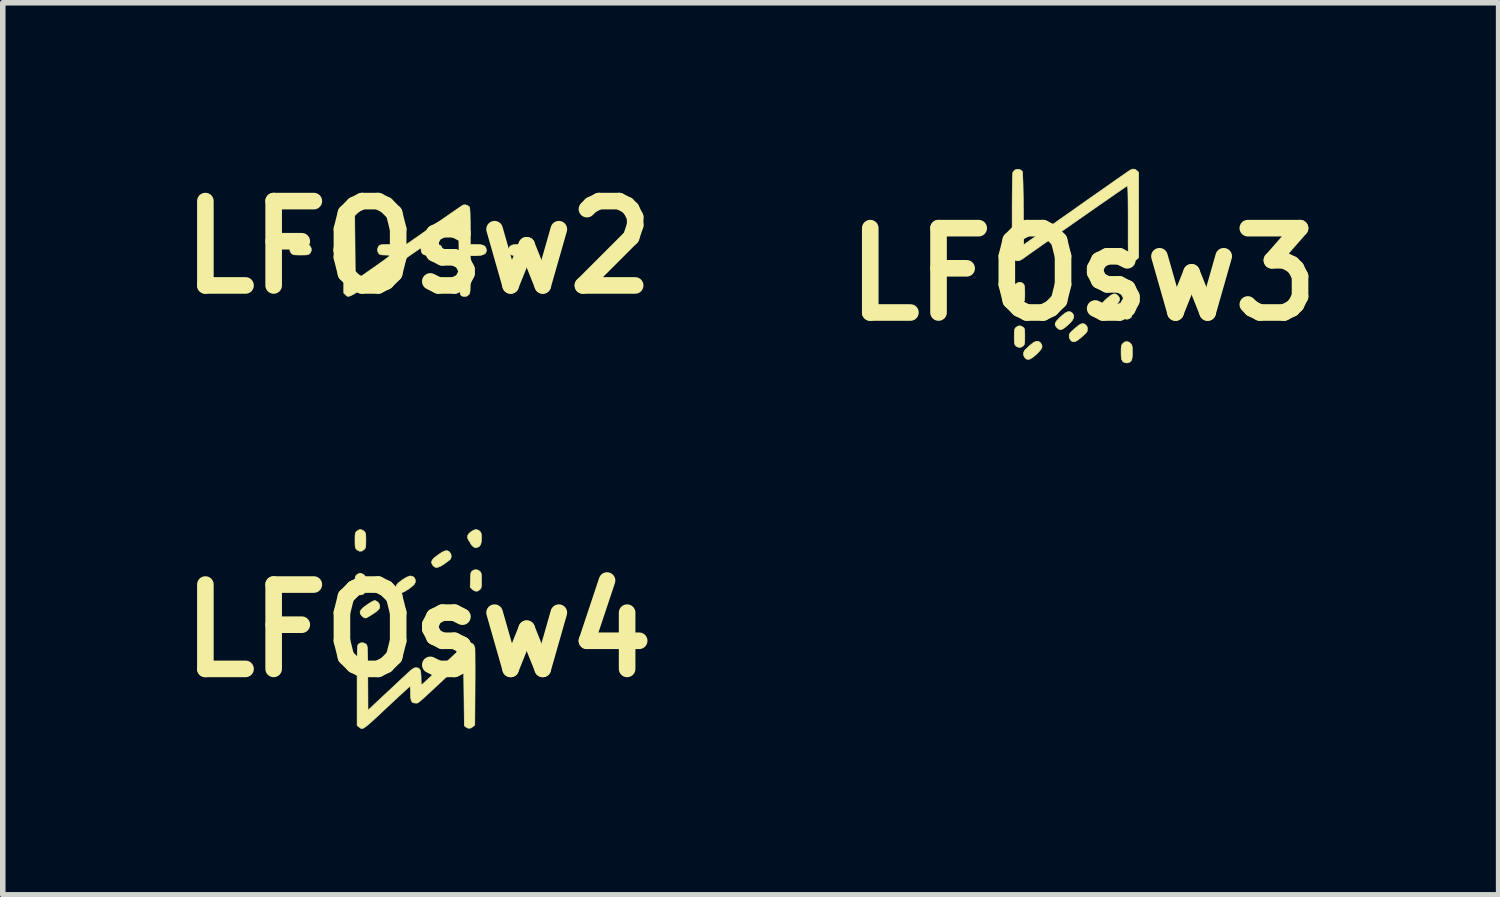
<source format=kicad_pcb>
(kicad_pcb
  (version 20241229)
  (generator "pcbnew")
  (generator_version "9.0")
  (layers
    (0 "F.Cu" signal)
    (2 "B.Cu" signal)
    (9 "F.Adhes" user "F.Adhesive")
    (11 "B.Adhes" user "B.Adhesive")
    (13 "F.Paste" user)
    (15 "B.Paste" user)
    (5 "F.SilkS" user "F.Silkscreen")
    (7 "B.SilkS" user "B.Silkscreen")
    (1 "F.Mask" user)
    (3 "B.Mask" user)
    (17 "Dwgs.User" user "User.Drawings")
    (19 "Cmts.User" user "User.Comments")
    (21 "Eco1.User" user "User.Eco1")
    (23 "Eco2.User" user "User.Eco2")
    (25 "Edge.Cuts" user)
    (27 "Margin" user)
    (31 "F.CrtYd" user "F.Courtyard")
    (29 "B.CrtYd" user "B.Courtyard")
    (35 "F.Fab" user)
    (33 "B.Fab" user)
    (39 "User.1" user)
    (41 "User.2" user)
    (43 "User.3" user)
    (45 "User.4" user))
  (footprint "LFOsw2"
    (layer "F.Cu")
    (at 4.507 1.418)
    (property "Reference" "LFOsw2" (at 0 0 0) (layer "F.SilkS") (effects (font (size 1.524 1.524) (thickness 0.3))))
    (attr through_hole)
    (fp_poly (pts (xy 1.886 -0.048) (xy 1.936 -0.042) (xy 1.968 -0.032) (xy 2.004 -0.001) (xy 2.02 0.039) (xy 2.014 0.083) (xy 1.988 0.121) (xy 1.972 0.136) (xy 1.954 0.145) (xy 1.928 0.15) (xy 1.888 0.152) (xy 1.833 0.152) (xy 1.768 0.15) (xy 1.715 0.145) (xy 1.681 0.138) (xy 1.677 0.136) (xy 1.645 0.108) (xy 1.631 0.069) (xy 1.633 0.026) (xy 1.652 -0.012) (xy 1.684 -0.036) (xy 1.718 -0.045) (xy 1.769 -0.05) (xy 1.828 -0.051) (xy 1.886 -0.048)) (stroke (width 0.01) (type solid)) (fill yes) (layer "F.SilkS"))
    (fp_poly (pts (xy -2.063 -0.05) (xy -2.02 -0.049) (xy -1.992 -0.045) (xy -1.974 -0.038) (xy -1.96 -0.027) (xy -1.956 -0.023) (xy -1.934 0.017) (xy -1.933 0.062) (xy -1.952 0.103) (xy -1.96 0.112) (xy -1.975 0.124) (xy -1.994 0.133) (xy -2.022 0.137) (xy -2.064 0.139) (xy -2.125 0.14) (xy -2.187 0.139) (xy -2.228 0.137) (xy -2.255 0.133) (xy -2.273 0.125) (xy -2.289 0.113) (xy -2.293 0.109) (xy -2.319 0.068) (xy -2.32 0.025) (xy -2.298 -0.017) (xy -2.285 -0.032) (xy -2.272 -0.041) (xy -2.252 -0.047) (xy -2.22 -0.05) (xy -2.172 -0.051) (xy -2.127 -0.051) (xy -2.063 -0.05)) (stroke (width 0.01) (type solid)) (fill yes) (layer "F.SilkS"))
    (fp_poly (pts (xy -1.197 -0.753) (xy -1.185 -0.744) (xy -1.149 -0.713) (xy -1.143 -0.058) (xy -1.137 0.597) (xy -0.823 0.378) (xy -0.744 0.323) (xy -0.673 0.272) (xy -0.611 0.228) (xy -0.562 0.191) (xy -0.527 0.165) (xy -0.51 0.151) (xy -0.509 0.149) (xy -0.52 0.145) (xy -0.55 0.141) (xy -0.593 0.14) (xy -0.597 0.14) (xy -0.648 0.138) (xy -0.681 0.133) (xy -0.703 0.122) (xy -0.711 0.114) (xy -0.732 0.077) (xy -0.736 0.032) (xy -0.721 -0.01) (xy -0.709 -0.025) (xy -0.693 -0.037) (xy -0.674 -0.044) (xy -0.644 -0.048) (xy -0.6 -0.05) (xy -0.544 -0.051) (xy -0.478 -0.05) (xy -0.433 -0.047) (xy -0.402 -0.039) (xy -0.38 -0.024) (xy -0.361 -0.001) (xy -0.349 0.016) (xy -0.344 0.019) (xy -0.333 0.016) (xy -0.314 0.008) (xy -0.287 -0.008) (xy -0.249 -0.031) (xy -0.199 -0.064) (xy -0.135 -0.107) (xy -0.057 -0.162) (xy 0.038 -0.228) (xy 0.152 -0.308) (xy 0.222 -0.357) (xy 0.329 -0.432) (xy 0.43 -0.503) (xy 0.524 -0.568) (xy 0.607 -0.626) (xy 0.68 -0.676) (xy 0.738 -0.716) (xy 0.781 -0.745) (xy 0.807 -0.761) (xy 0.812 -0.764) (xy 0.851 -0.768) (xy 0.892 -0.755) (xy 0.923 -0.73) (xy 0.928 -0.723) (xy 0.931 -0.704) (xy 0.934 -0.663) (xy 0.937 -0.604) (xy 0.938 -0.529) (xy 0.94 -0.442) (xy 0.94 -0.375) (xy 0.94 -0.051) (xy 1.045 -0.051) (xy 1.117 -0.048) (xy 1.168 -0.038) (xy 1.202 -0.02) (xy 1.221 0.008) (xy 1.224 0.014) (xy 1.232 0.064) (xy 1.218 0.103) (xy 1.181 0.131) (xy 1.121 0.147) (xy 1.042 0.152) (xy 0.94 0.152) (xy 0.94 0.487) (xy 0.94 0.588) (xy 0.939 0.667) (xy 0.938 0.727) (xy 0.937 0.771) (xy 0.934 0.802) (xy 0.93 0.824) (xy 0.924 0.839) (xy 0.917 0.85) (xy 0.913 0.856) (xy 0.877 0.883) (xy 0.83 0.889) (xy 0.794 0.881) (xy 0.783 0.876) (xy 0.774 0.869) (xy 0.766 0.857) (xy 0.76 0.839) (xy 0.754 0.813) (xy 0.75 0.776) (xy 0.747 0.727) (xy 0.744 0.663) (xy 0.742 0.582) (xy 0.74 0.483) (xy 0.739 0.363) (xy 0.737 0.221) (xy 0.737 0.174) (xy 0.73 -0.472) (xy 0.434 -0.264) (xy 0.137 -0.057) (xy 0.267 -0.051) (xy 0.327 -0.047) (xy 0.367 -0.043) (xy 0.393 -0.036) (xy 0.408 -0.026) (xy 0.414 -0.019) (xy 0.438 0.029) (xy 0.437 0.074) (xy 0.426 0.096) (xy 0.403 0.122) (xy 0.372 0.139) (xy 0.328 0.148) (xy 0.265 0.152) (xy 0.24 0.152) (xy 0.163 0.149) (xy 0.109 0.136) (xy 0.074 0.114) (xy 0.055 0.081) (xy 0.051 0.043) (xy 0.049 0.02) (xy 0.045 0.013) (xy 0.034 0.02) (xy 0.004 0.04) (xy -0.043 0.073) (xy -0.106 0.116) (xy -0.182 0.169) (xy -0.27 0.23) (xy -0.367 0.298) (xy -0.473 0.372) (xy -0.585 0.451) (xy -0.719 0.545) (xy -0.834 0.625) (xy -0.932 0.693) (xy -1.014 0.749) (xy -1.081 0.794) (xy -1.136 0.829) (xy -1.18 0.855) (xy -1.214 0.872) (xy -1.241 0.882) (xy -1.262 0.886) (xy -1.278 0.885) (xy -1.291 0.879) (xy -1.304 0.869) (xy -1.315 0.858) (xy -1.346 0.827) (xy -1.346 0.14) (xy -1.408 0.14) (xy -1.468 0.132) (xy -1.507 0.11) (xy -1.526 0.073) (xy -1.529 0.044) (xy -1.52 -0.002) (xy -1.492 -0.033) (xy -1.444 -0.049) (xy -1.408 -0.051) (xy -1.346 -0.051) (xy -1.346 -0.7) (xy -1.309 -0.738) (xy -1.271 -0.767) (xy -1.235 -0.772) (xy -1.197 -0.753)) (stroke (width 0.01) (type solid)) (fill yes) (layer "F.SilkS")))
  (footprint "LFOsw3"
    (layer "F.Cu")
    (at 16.52 1.907)
    (property "Reference" "LFOsw3" (at 0 0 0) (layer "F.SilkS") (effects (font (size 1.524 1.524) (thickness 0.3))))
    (attr through_hole)
    (fp_poly (pts (xy -0.213 0.685) (xy -0.193 0.702) (xy -0.171 0.739) (xy -0.17 0.779) (xy -0.19 0.824) (xy -0.233 0.876) (xy -0.299 0.936) (xy -0.322 0.955) (xy -0.368 0.987) (xy -0.403 1) (xy -0.433 0.995) (xy -0.465 0.972) (xy -0.471 0.966) (xy -0.496 0.936) (xy -0.507 0.906) (xy -0.501 0.875) (xy -0.478 0.839) (xy -0.436 0.794) (xy -0.39 0.751) (xy -0.333 0.704) (xy -0.286 0.678) (xy -0.247 0.672) (xy -0.213 0.685)) (stroke (width 0.01) (type solid)) (fill yes) (layer "F.SilkS"))
    (fp_poly (pts (xy -0.775 1.231) (xy -0.751 1.267) (xy -0.742 1.297) (xy -0.747 1.328) (xy -0.769 1.365) (xy -0.809 1.41) (xy -0.848 1.448) (xy -0.906 1.497) (xy -0.952 1.527) (xy -0.989 1.538) (xy -1.021 1.532) (xy -1.051 1.509) (xy -1.052 1.507) (xy -1.074 1.468) (xy -1.078 1.422) (xy -1.062 1.381) (xy -1.057 1.374) (xy -1.038 1.354) (xy -1.005 1.323) (xy -0.966 1.287) (xy -0.956 1.278) (xy -0.898 1.232) (xy -0.849 1.209) (xy -0.809 1.209) (xy -0.775 1.231)) (stroke (width 0.01) (type solid)) (fill yes) (layer "F.SilkS"))
    (fp_poly (pts (xy 0.598 0.358) (xy 0.627 0.382) (xy 0.631 0.386) (xy 0.653 0.419) (xy 0.66 0.45) (xy 0.651 0.484) (xy 0.624 0.523) (xy 0.577 0.571) (xy 0.536 0.607) (xy 0.482 0.65) (xy 0.44 0.673) (xy 0.404 0.68) (xy 0.372 0.671) (xy 0.344 0.645) (xy 0.325 0.605) (xy 0.321 0.563) (xy 0.322 0.555) (xy 0.334 0.534) (xy 0.361 0.502) (xy 0.399 0.464) (xy 0.425 0.44) (xy 0.483 0.391) (xy 0.529 0.362) (xy 0.566 0.351) (xy 0.598 0.358)) (stroke (width 0.01) (type solid)) (fill yes) (layer "F.SilkS"))
    (fp_poly (pts (xy 0.022 0.896) (xy 0.048 0.915) (xy 0.07 0.942) (xy 0.078 0.975) (xy 0.076 1.01) (xy 0.073 1.027) (xy 0.064 1.044) (xy 0.047 1.065) (xy 0.017 1.093) (xy -0.028 1.133) (xy -0.042 1.145) (xy -0.097 1.189) (xy -0.141 1.213) (xy -0.177 1.219) (xy -0.207 1.207) (xy -0.226 1.19) (xy -0.25 1.148) (xy -0.253 1.099) (xy -0.246 1.075) (xy -0.234 1.058) (xy -0.207 1.03) (xy -0.169 0.995) (xy -0.144 0.972) (xy -0.088 0.926) (xy -0.044 0.899) (xy -0.009 0.889) (xy 0.022 0.896)) (stroke (width 0.01) (type solid)) (fill yes) (layer "F.SilkS"))
    (fp_poly (pts (xy 0.819 0.429) (xy 0.85 0.448) (xy 0.871 0.474) (xy 0.883 0.512) (xy 0.888 0.566) (xy 0.887 0.636) (xy 0.885 0.695) (xy 0.881 0.734) (xy 0.875 0.76) (xy 0.866 0.776) (xy 0.853 0.789) (xy 0.808 0.81) (xy 0.761 0.808) (xy 0.719 0.784) (xy 0.717 0.782) (xy 0.702 0.765) (xy 0.693 0.746) (xy 0.688 0.72) (xy 0.686 0.679) (xy 0.686 0.63) (xy 0.687 0.573) (xy 0.691 0.523) (xy 0.697 0.488) (xy 0.7 0.478) (xy 0.727 0.445) (xy 0.766 0.426) (xy 0.807 0.425) (xy 0.819 0.429)) (stroke (width 0.01) (type solid)) (fill yes) (layer "F.SilkS"))
    (fp_poly (pts (xy -1.088 0.953) (xy -1.073 0.966) (xy -1.063 0.98) (xy -1.058 1) (xy -1.055 1.031) (xy -1.054 1.08) (xy -1.054 1.123) (xy -1.054 1.185) (xy -1.056 1.228) (xy -1.06 1.256) (xy -1.067 1.274) (xy -1.078 1.288) (xy -1.083 1.293) (xy -1.124 1.317) (xy -1.169 1.318) (xy -1.21 1.299) (xy -1.217 1.291) (xy -1.229 1.276) (xy -1.237 1.257) (xy -1.242 1.229) (xy -1.244 1.187) (xy -1.245 1.126) (xy -1.244 1.065) (xy -1.242 1.023) (xy -1.238 0.996) (xy -1.23 0.978) (xy -1.218 0.963) (xy -1.213 0.958) (xy -1.173 0.932) (xy -1.13 0.931) (xy -1.088 0.953)) (stroke (width 0.01) (type solid)) (fill yes) (layer "F.SilkS"))
    (fp_poly (pts (xy 0.829 1.224) (xy 0.859 1.25) (xy 0.873 1.268) (xy 0.882 1.289) (xy 0.887 1.318) (xy 0.889 1.361) (xy 0.889 1.409) (xy 0.888 1.469) (xy 0.885 1.51) (xy 0.879 1.537) (xy 0.869 1.558) (xy 0.863 1.567) (xy 0.836 1.591) (xy 0.8 1.6) (xy 0.787 1.6) (xy 0.748 1.595) (xy 0.719 1.575) (xy 0.712 1.567) (xy 0.7 1.547) (xy 0.692 1.524) (xy 0.688 1.49) (xy 0.686 1.439) (xy 0.686 1.409) (xy 0.686 1.35) (xy 0.689 1.31) (xy 0.694 1.284) (xy 0.704 1.264) (xy 0.716 1.25) (xy 0.751 1.222) (xy 0.787 1.215) (xy 0.829 1.224)) (stroke (width 0.01) (type solid)) (fill yes) (layer "F.SilkS"))
    (fp_poly (pts (xy -1.089 0.162) (xy -1.082 0.169) (xy -1.07 0.184) (xy -1.062 0.203) (xy -1.057 0.23) (xy -1.055 0.271) (xy -1.054 0.331) (xy -1.054 0.34) (xy -1.054 0.401) (xy -1.056 0.443) (xy -1.06 0.47) (xy -1.067 0.487) (xy -1.078 0.499) (xy -1.088 0.507) (xy -1.132 0.53) (xy -1.175 0.528) (xy -1.213 0.502) (xy -1.227 0.487) (xy -1.236 0.469) (xy -1.242 0.445) (xy -1.244 0.408) (xy -1.245 0.352) (xy -1.245 0.337) (xy -1.244 0.276) (xy -1.242 0.235) (xy -1.238 0.208) (xy -1.23 0.19) (xy -1.217 0.174) (xy -1.213 0.171) (xy -1.173 0.145) (xy -1.129 0.142) (xy -1.089 0.162)) (stroke (width 0.01) (type solid)) (fill yes) (layer "F.SilkS"))
    (fp_poly (pts (xy 0.935 -1.899) (xy 0.972 -1.874) (xy 1.003 -1.843) (xy 1.003 -0.304) (xy 0.972 -0.272) (xy 0.931 -0.247) (xy 0.888 -0.243) (xy 0.848 -0.263) (xy 0.84 -0.271) (xy 0.834 -0.278) (xy 0.829 -0.285) (xy 0.825 -0.297) (xy 0.821 -0.313) (xy 0.819 -0.337) (xy 0.817 -0.37) (xy 0.815 -0.415) (xy 0.814 -0.474) (xy 0.813 -0.549) (xy 0.813 -0.642) (xy 0.813 -0.755) (xy 0.813 -0.891) (xy 0.813 -0.95) (xy 0.813 -1.117) (xy 0.812 -1.26) (xy 0.811 -1.377) (xy 0.809 -1.469) (xy 0.807 -1.537) (xy 0.804 -1.58) (xy 0.801 -1.599) (xy 0.8 -1.6) (xy 0.788 -1.593) (xy 0.758 -1.573) (xy 0.71 -1.54) (xy 0.647 -1.497) (xy 0.57 -1.444) (xy 0.481 -1.382) (xy 0.382 -1.313) (xy 0.274 -1.239) (xy 0.16 -1.159) (xy 0.041 -1.076) (xy -0.081 -0.991) (xy -0.204 -0.905) (xy -0.327 -0.819) (xy -0.448 -0.735) (xy -0.565 -0.653) (xy -0.676 -0.575) (xy -0.78 -0.503) (xy -0.874 -0.436) (xy -0.957 -0.378) (xy -1.027 -0.328) (xy -1.083 -0.288) (xy -1.098 -0.277) (xy -1.152 -0.248) (xy -1.2 -0.244) (xy -1.242 -0.264) (xy -1.252 -0.272) (xy -1.283 -0.304) (xy -1.283 -1.059) (xy -1.283 -1.236) (xy -1.282 -1.388) (xy -1.281 -1.517) (xy -1.28 -1.623) (xy -1.278 -1.707) (xy -1.276 -1.771) (xy -1.273 -1.815) (xy -1.27 -1.841) (xy -1.268 -1.846) (xy -1.24 -1.881) (xy -1.199 -1.899) (xy -1.153 -1.896) (xy -1.144 -1.893) (xy -1.114 -1.875) (xy -1.096 -1.856) (xy -1.094 -1.84) (xy -1.092 -1.8) (xy -1.09 -1.74) (xy -1.087 -1.663) (xy -1.085 -1.569) (xy -1.083 -1.463) (xy -1.081 -1.346) (xy -1.08 -1.222) (xy -1.079 -1.186) (xy -1.073 -0.536) (xy -0.133 -1.196) (xy 0.005 -1.294) (xy 0.139 -1.388) (xy 0.265 -1.476) (xy 0.384 -1.559) (xy 0.492 -1.635) (xy 0.588 -1.703) (xy 0.672 -1.761) (xy 0.741 -1.809) (xy 0.794 -1.846) (xy 0.829 -1.87) (xy 0.845 -1.881) (xy 0.845 -1.881) (xy 0.893 -1.902) (xy 0.935 -1.899)) (stroke (width 0.01) (type solid)) (fill yes) (layer "F.SilkS")))
  (footprint "LFOsw4"
    (layer "F.Cu")
    (at 4.507 8.346)
    (property "Reference" "LFOsw4" (at 0 0 0) (layer "F.SilkS") (effects (font (size 1.524 1.524) (thickness 0.3))))
    (attr through_hole)
    (fp_poly (pts (xy 0.547 -1.437) (xy 0.569 -1.418) (xy 0.591 -1.381) (xy 0.596 -1.338) (xy 0.585 -1.299) (xy 0.581 -1.293) (xy 0.564 -1.277) (xy 0.531 -1.252) (xy 0.489 -1.221) (xy 0.471 -1.208) (xy 0.407 -1.168) (xy 0.357 -1.147) (xy 0.318 -1.143) (xy 0.286 -1.158) (xy 0.268 -1.176) (xy 0.246 -1.211) (xy 0.24 -1.243) (xy 0.252 -1.276) (xy 0.283 -1.312) (xy 0.335 -1.354) (xy 0.367 -1.377) (xy 0.429 -1.418) (xy 0.478 -1.441) (xy 0.515 -1.447) (xy 0.547 -1.437)) (stroke (width 0.01) (type solid)) (fill yes) (layer "F.SilkS"))
    (fp_poly (pts (xy 1.083 -1.818) (xy 1.112 -1.798) (xy 1.129 -1.777) (xy 1.138 -1.754) (xy 1.142 -1.72) (xy 1.143 -1.678) (xy 1.14 -1.609) (xy 1.128 -1.56) (xy 1.108 -1.529) (xy 1.084 -1.513) (xy 1.046 -1.5) (xy 1.016 -1.505) (xy 0.987 -1.524) (xy 0.961 -1.551) (xy 0.945 -1.577) (xy 0.93 -1.608) (xy 0.913 -1.63) (xy 0.893 -1.668) (xy 0.891 -1.711) (xy 0.905 -1.744) (xy 0.937 -1.776) (xy 0.979 -1.805) (xy 1.02 -1.824) (xy 1.044 -1.829) (xy 1.083 -1.818)) (stroke (width 0.01) (type solid)) (fill yes) (layer "F.SilkS"))
    (fp_poly (pts (xy -0.098 -0.98) (xy -0.067 -0.954) (xy -0.052 -0.916) (xy -0.054 -0.874) (xy -0.076 -0.834) (xy -0.086 -0.824) (xy -0.129 -0.788) (xy -0.177 -0.752) (xy -0.226 -0.721) (xy -0.269 -0.698) (xy -0.3 -0.686) (xy -0.306 -0.686) (xy -0.341 -0.693) (xy -0.364 -0.705) (xy -0.392 -0.738) (xy -0.402 -0.781) (xy -0.394 -0.823) (xy -0.389 -0.831) (xy -0.363 -0.86) (xy -0.323 -0.894) (xy -0.275 -0.928) (xy -0.225 -0.958) (xy -0.18 -0.98) (xy -0.147 -0.99) (xy -0.143 -0.99) (xy -0.098 -0.98)) (stroke (width 0.01) (type solid)) (fill yes) (layer "F.SilkS"))
    (fp_poly (pts (xy -0.985 -1.013) (xy -0.983 -1.012) (xy -0.965 -0.994) (xy -0.954 -0.972) (xy -0.947 -0.94) (xy -0.943 -0.891) (xy -0.943 -0.886) (xy -0.941 -0.798) (xy -0.949 -0.731) (xy -0.968 -0.685) (xy -0.998 -0.658) (xy -1.04 -0.648) (xy -1.047 -0.648) (xy -1.087 -0.656) (xy -1.117 -0.681) (xy -1.129 -0.7) (xy -1.137 -0.722) (xy -1.141 -0.755) (xy -1.143 -0.803) (xy -1.143 -0.847) (xy -1.143 -0.907) (xy -1.141 -0.947) (xy -1.136 -0.974) (xy -1.128 -0.992) (xy -1.114 -1.008) (xy -1.112 -1.01) (xy -1.071 -1.036) (xy -1.029 -1.037) (xy -0.985 -1.013)) (stroke (width 0.01) (type solid)) (fill yes) (layer "F.SilkS"))
    (fp_poly (pts (xy -0.762 -0.538) (xy -0.732 -0.519) (xy -0.729 -0.516) (xy -0.702 -0.479) (xy -0.694 -0.435) (xy -0.708 -0.393) (xy -0.717 -0.382) (xy -0.742 -0.359) (xy -0.78 -0.33) (xy -0.826 -0.299) (xy -0.872 -0.27) (xy -0.913 -0.246) (xy -0.944 -0.231) (xy -0.955 -0.229) (xy -0.979 -0.237) (xy -1.009 -0.258) (xy -1.017 -0.266) (xy -1.046 -0.304) (xy -1.052 -0.339) (xy -1.034 -0.377) (xy -1.028 -0.385) (xy -1.004 -0.409) (xy -0.967 -0.439) (xy -0.922 -0.471) (xy -0.876 -0.502) (xy -0.833 -0.527) (xy -0.8 -0.543) (xy -0.787 -0.546) (xy -0.762 -0.538)) (stroke (width 0.01) (type solid)) (fill yes) (layer "F.SilkS"))
    (fp_poly (pts (xy 1.067 -1.1) (xy 1.11 -1.076) (xy 1.112 -1.074) (xy 1.126 -1.058) (xy 1.135 -1.041) (xy 1.14 -1.016) (xy 1.142 -0.979) (xy 1.143 -0.923) (xy 1.143 -0.908) (xy 1.143 -0.847) (xy 1.141 -0.807) (xy 1.136 -0.78) (xy 1.128 -0.761) (xy 1.115 -0.746) (xy 1.112 -0.742) (xy 1.072 -0.716) (xy 1.03 -0.715) (xy 0.987 -0.739) (xy 0.976 -0.749) (xy 0.937 -0.788) (xy 0.942 -0.922) (xy 0.944 -0.983) (xy 0.948 -1.023) (xy 0.953 -1.05) (xy 0.962 -1.066) (xy 0.975 -1.079) (xy 0.976 -1.081) (xy 1.021 -1.102) (xy 1.067 -1.1)) (stroke (width 0.01) (type solid)) (fill yes) (layer "F.SilkS"))
    (fp_poly (pts (xy -0.985 -1.804) (xy -0.977 -1.796) (xy -0.963 -1.779) (xy -0.954 -1.761) (xy -0.949 -1.735) (xy -0.947 -1.696) (xy -0.946 -1.638) (xy -0.946 -1.632) (xy -0.947 -1.572) (xy -0.949 -1.531) (xy -0.953 -1.505) (xy -0.962 -1.486) (xy -0.976 -1.469) (xy -0.977 -1.468) (xy -1.017 -1.44) (xy -1.061 -1.437) (xy -1.103 -1.458) (xy -1.112 -1.466) (xy -1.126 -1.482) (xy -1.135 -1.499) (xy -1.14 -1.524) (xy -1.142 -1.561) (xy -1.143 -1.617) (xy -1.143 -1.632) (xy -1.143 -1.693) (xy -1.141 -1.733) (xy -1.136 -1.76) (xy -1.128 -1.779) (xy -1.115 -1.794) (xy -1.112 -1.798) (xy -1.071 -1.824) (xy -1.027 -1.826) (xy -0.985 -1.804)) (stroke (width 0.01) (type solid)) (fill yes) (layer "F.SilkS"))
    (fp_poly (pts (xy 0.97 0.227) (xy 1.004 0.259) (xy 1.022 0.307) (xy 1.024 0.328) (xy 1.025 0.371) (xy 1.026 0.435) (xy 1.026 0.516) (xy 1.027 0.613) (xy 1.027 0.723) (xy 1.027 0.843) (xy 1.026 0.97) (xy 1.026 1.027) (xy 1.022 1.704) (xy 0.987 1.735) (xy 0.942 1.761) (xy 0.899 1.761) (xy 0.862 1.741) (xy 0.832 1.717) (xy 0.819 0.545) (xy 0.577 0.771) (xy 0.46 0.881) (xy 0.359 0.974) (xy 0.275 1.053) (xy 0.204 1.119) (xy 0.146 1.172) (xy 0.1 1.214) (xy 0.063 1.247) (xy 0.035 1.271) (xy 0.014 1.288) (xy -0.002 1.299) (xy -0.014 1.305) (xy -0.023 1.308) (xy -0.031 1.308) (xy -0.04 1.308) (xy -0.044 1.308) (xy -0.082 1.304) (xy -0.109 1.291) (xy -0.127 1.263) (xy -0.136 1.219) (xy -0.14 1.154) (xy -0.14 1.129) (xy -0.141 1.073) (xy -0.144 1.032) (xy -0.148 1.009) (xy -0.152 1.005) (xy -0.163 1.015) (xy -0.191 1.04) (xy -0.234 1.078) (xy -0.288 1.128) (xy -0.353 1.188) (xy -0.425 1.255) (xy -0.504 1.328) (xy -0.513 1.337) (xy -0.62 1.437) (xy -0.711 1.522) (xy -0.786 1.592) (xy -0.848 1.648) (xy -0.898 1.692) (xy -0.938 1.725) (xy -0.969 1.747) (xy -0.993 1.761) (xy -1.012 1.767) (xy -1.027 1.767) (xy -1.041 1.762) (xy -1.055 1.752) (xy -1.07 1.74) (xy -1.071 1.739) (xy -1.105 1.713) (xy -1.105 0.99) (xy -1.105 0.836) (xy -1.105 0.706) (xy -1.104 0.597) (xy -1.104 0.507) (xy -1.103 0.435) (xy -1.102 0.378) (xy -1.1 0.334) (xy -1.098 0.302) (xy -1.096 0.279) (xy -1.092 0.263) (xy -1.088 0.253) (xy -1.084 0.246) (xy -1.079 0.241) (xy -1.042 0.22) (xy -0.997 0.217) (xy -0.956 0.234) (xy -0.942 0.245) (xy -0.936 0.253) (xy -0.93 0.261) (xy -0.926 0.273) (xy -0.922 0.291) (xy -0.92 0.317) (xy -0.917 0.353) (xy -0.916 0.402) (xy -0.914 0.466) (xy -0.913 0.547) (xy -0.913 0.647) (xy -0.912 0.769) (xy -0.911 0.855) (xy -0.908 1.436) (xy -0.654 1.198) (xy -0.576 1.126) (xy -0.495 1.05) (xy -0.415 0.975) (xy -0.34 0.905) (xy -0.277 0.846) (xy -0.243 0.815) (xy -0.185 0.76) (xy -0.141 0.721) (xy -0.108 0.695) (xy -0.084 0.679) (xy -0.064 0.671) (xy -0.045 0.668) (xy -0.042 0.668) (xy -0.005 0.672) (xy 0.021 0.688) (xy 0.038 0.717) (xy 0.047 0.765) (xy 0.051 0.833) (xy 0.051 0.852) (xy 0.052 0.905) (xy 0.053 0.947) (xy 0.056 0.973) (xy 0.058 0.978) (xy 0.062 0.976) (xy 0.071 0.968) (xy 0.087 0.955) (xy 0.11 0.934) (xy 0.142 0.905) (xy 0.184 0.866) (xy 0.237 0.817) (xy 0.303 0.756) (xy 0.382 0.683) (xy 0.476 0.595) (xy 0.586 0.492) (xy 0.712 0.374) (xy 0.735 0.352) (xy 0.793 0.299) (xy 0.835 0.262) (xy 0.867 0.237) (xy 0.891 0.223) (xy 0.91 0.217) (xy 0.923 0.216) (xy 0.97 0.227)) (stroke (width 0.01) (type solid)) (fill yes) (layer "F.SilkS")))
  (gr_rect
    (start -3 -3)
    (end 24.027 13.118)
    (stroke (width 0.1) (type default))
    (fill no)
    (layer "Edge.Cuts")))
</source>
